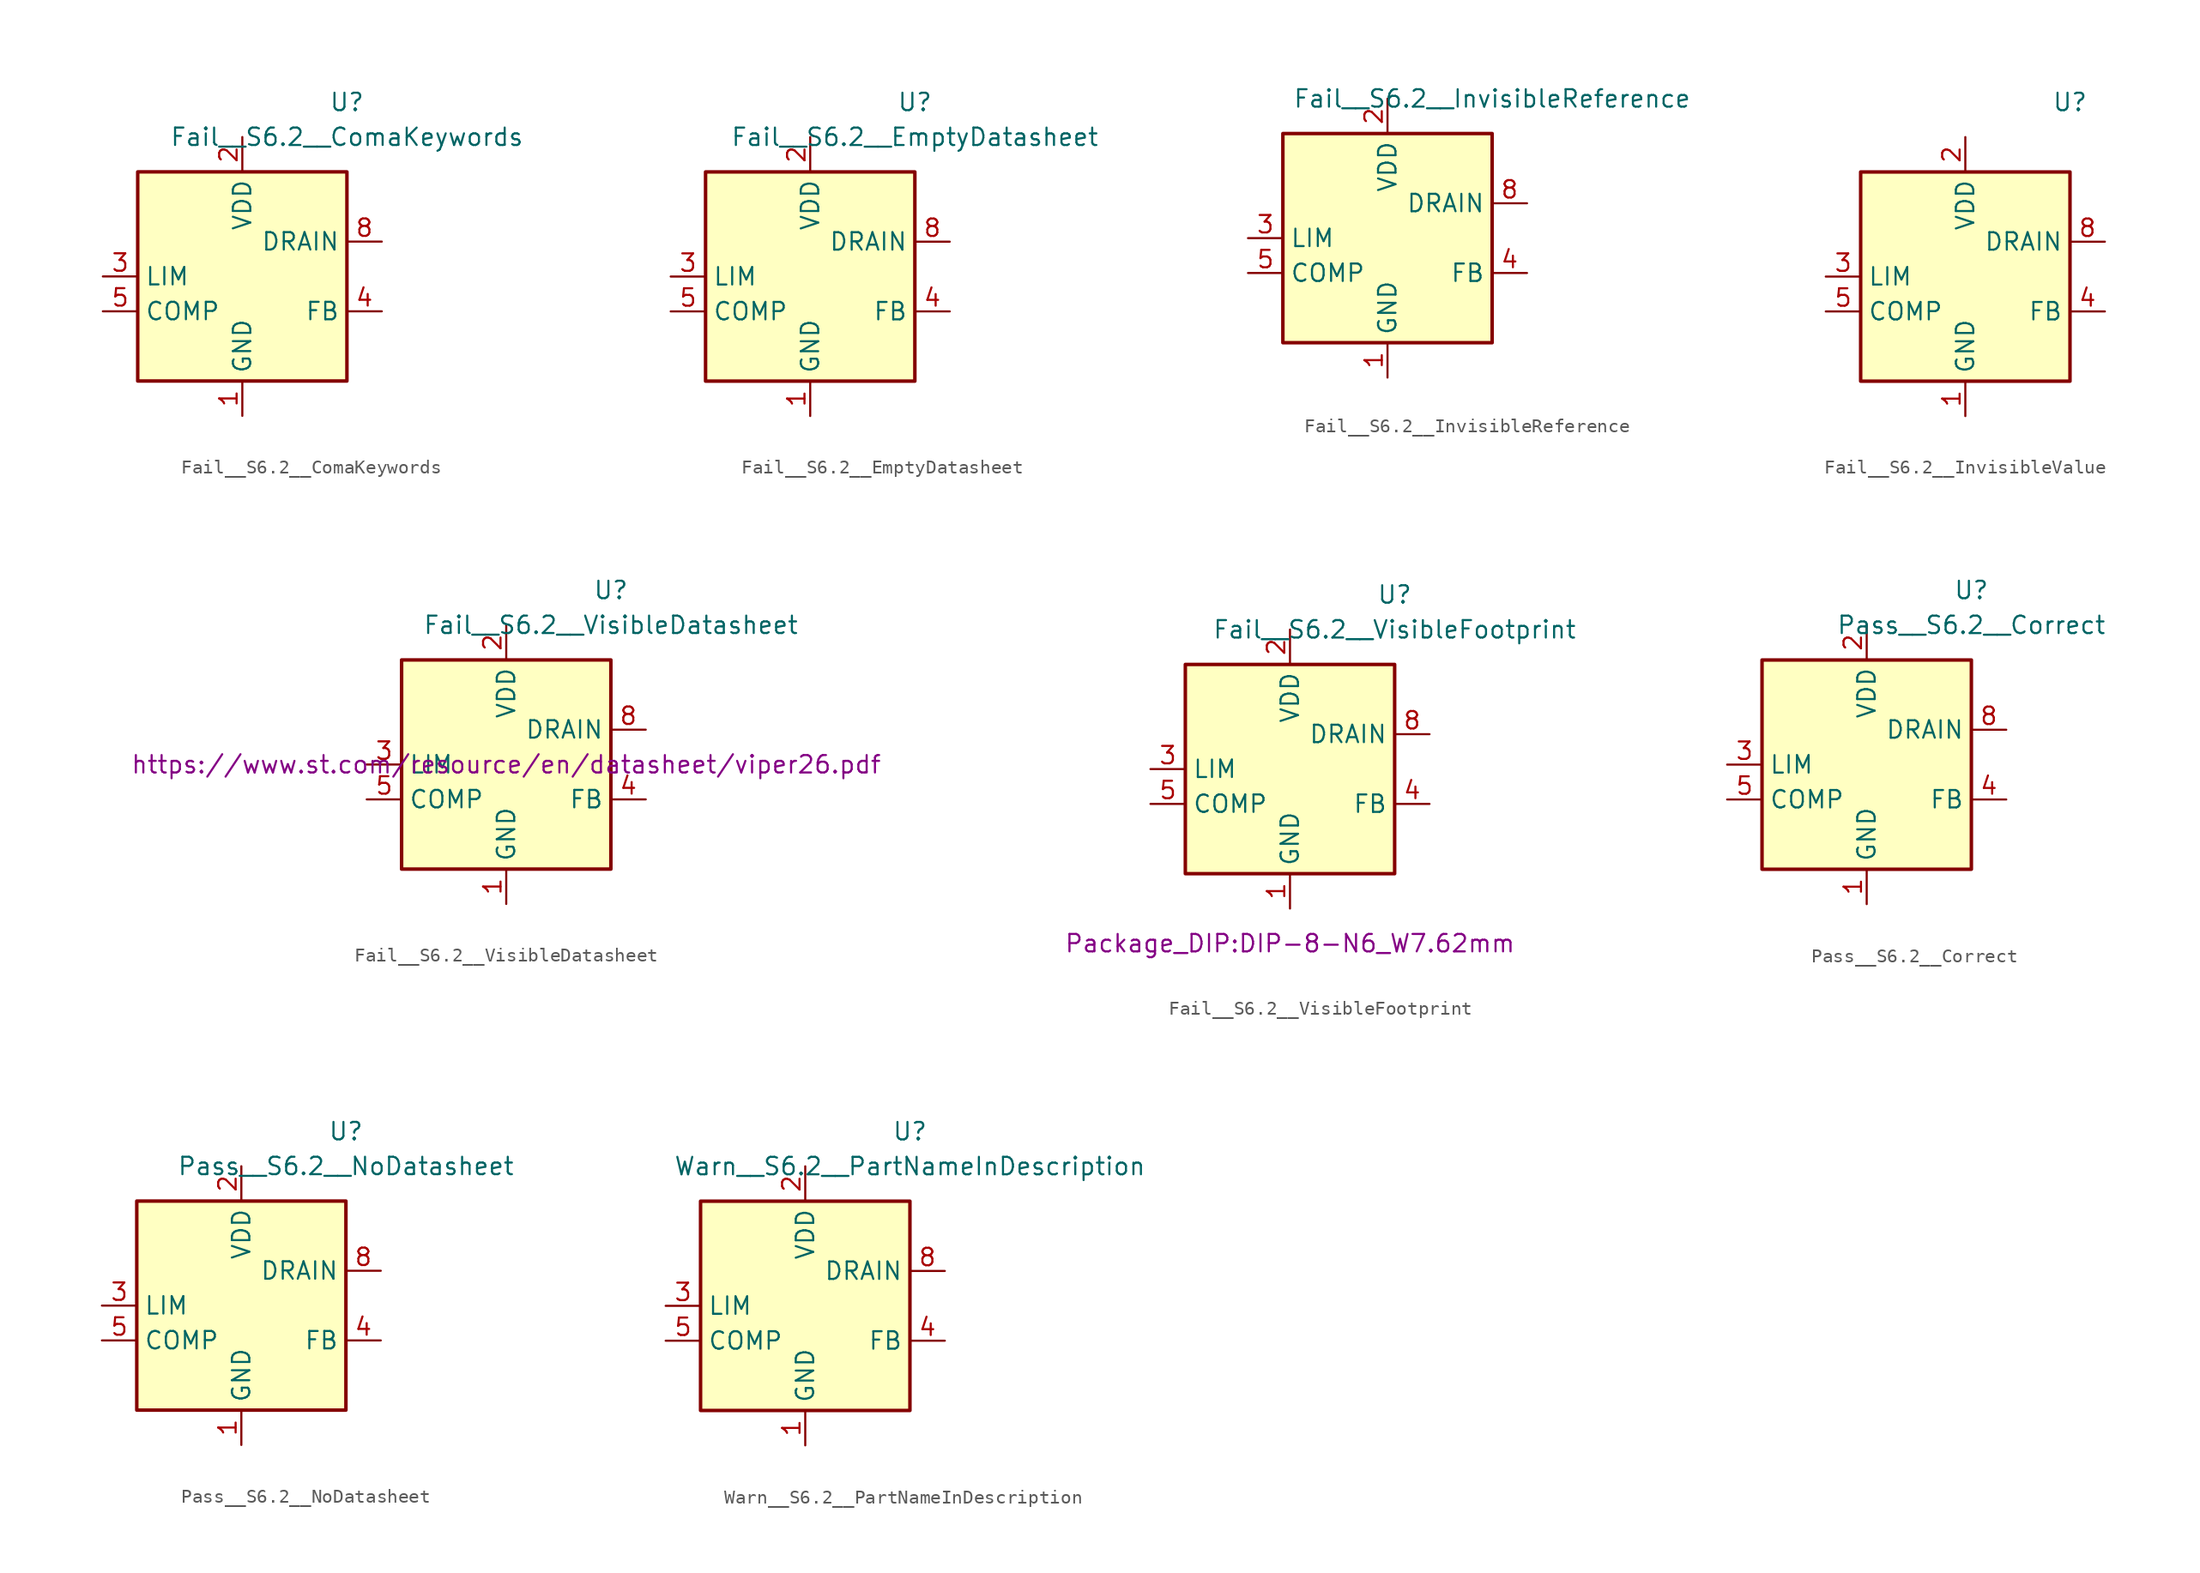
<source format=kicad_sym>
(kicad_symbol_lib
  (version 20220914)
  (generator kicad_symbol_editor)
  (symbol "Fail__S6.2__ComaKeywords"
    (property "Reference" "U"
      (at 7.62 12.7 0)
      (effects (font (size 1.27 1.27))))
    (property "Value" "Fail__S6.2__ComaKeywords"
      (at 7.62 10.16 0)
      (effects (font (size 1.27 1.27))))
    (symbol "Fail__S6.2__ComaKeywords_1_1"
      (rectangle (start -7.62 7.62) (end 7.62 -7.62) (stroke (width 0.254) (type default)) (fill (type background)))
      (pin power_in line (at 0 -10.16 90) (length 2.54) (name "GND" (effects (font (size 1.27 1.27)))) (number "1" (effects (font (size 1.27 1.27)))))
      (pin power_in line (at 0 10.16 270) (length 2.54) (name "VDD" (effects (font (size 1.27 1.27)))) (number "2" (effects (font (size 1.27 1.27)))))
      (pin passive line (at -10.16 0 0) (length 2.54) (name "LIM" (effects (font (size 1.27 1.27)))) (number "3" (effects (font (size 1.27 1.27)))))
      (pin input line (at 10.16 -2.54 180) (length 2.54) (name "FB" (effects (font (size 1.27 1.27)))) (number "4" (effects (font (size 1.27 1.27)))))
      (pin passive line (at -10.16 -2.54 0) (length 2.54) (name "COMP" (effects (font (size 1.27 1.27)))) (number "5" (effects (font (size 1.27 1.27)))))
      (pin passive line (at 10.16 2.54 180) (length 2.54) hide (name "DRAIN" (effects (font (size 1.27 1.27)))) (number "7" (effects (font (size 1.27 1.27)))))
      (pin passive line (at 10.16 2.54 180) (length 2.54) (name "DRAIN" (effects (font (size 1.27 1.27)))) (number "8" (effects (font (size 1.27 1.27)))))))
  (symbol "Fail__S6.2__EmptyDatasheet"
    (property "Reference" "U"
      (at 7.62 12.7 0)
      (effects (font (size 1.27 1.27))))
    (property "Value" "Fail__S6.2__EmptyDatasheet"
      (at 7.62 10.16 0)
      (effects (font (size 1.27 1.27))))
    (symbol "Fail__S6.2__EmptyDatasheet_1_1"
      (rectangle (start -7.62 7.62) (end 7.62 -7.62) (stroke (width 0.254) (type default)) (fill (type background)))
      (pin power_in line (at 0 -10.16 90) (length 2.54) (name "GND" (effects (font (size 1.27 1.27)))) (number "1" (effects (font (size 1.27 1.27)))))
      (pin power_in line (at 0 10.16 270) (length 2.54) (name "VDD" (effects (font (size 1.27 1.27)))) (number "2" (effects (font (size 1.27 1.27)))))
      (pin passive line (at -10.16 0 0) (length 2.54) (name "LIM" (effects (font (size 1.27 1.27)))) (number "3" (effects (font (size 1.27 1.27)))))
      (pin input line (at 10.16 -2.54 180) (length 2.54) (name "FB" (effects (font (size 1.27 1.27)))) (number "4" (effects (font (size 1.27 1.27)))))
      (pin passive line (at -10.16 -2.54 0) (length 2.54) (name "COMP" (effects (font (size 1.27 1.27)))) (number "5" (effects (font (size 1.27 1.27)))))
      (pin passive line (at 10.16 2.54 180) (length 2.54) hide (name "DRAIN" (effects (font (size 1.27 1.27)))) (number "7" (effects (font (size 1.27 1.27)))))
      (pin passive line (at 10.16 2.54 180) (length 2.54) (name "DRAIN" (effects (font (size 1.27 1.27)))) (number "8" (effects (font (size 1.27 1.27)))))))
  (symbol "Fail__S6.2__InvisibleReference"
    (property "Reference" "U"
      (at 7.62 12.7 0)
      (effects (font (size 1.27 1.27)) hide))
    (property "Value" "Fail__S6.2__InvisibleReference"
      (at 7.62 10.16 0)
      (effects (font (size 1.27 1.27))))
    (symbol "Fail__S6.2__InvisibleReference_1_1"
      (rectangle (start -7.62 7.62) (end 7.62 -7.62) (stroke (width 0.254) (type default)) (fill (type background)))
      (pin power_in line (at 0 -10.16 90) (length 2.54) (name "GND" (effects (font (size 1.27 1.27)))) (number "1" (effects (font (size 1.27 1.27)))))
      (pin power_in line (at 0 10.16 270) (length 2.54) (name "VDD" (effects (font (size 1.27 1.27)))) (number "2" (effects (font (size 1.27 1.27)))))
      (pin passive line (at -10.16 0 0) (length 2.54) (name "LIM" (effects (font (size 1.27 1.27)))) (number "3" (effects (font (size 1.27 1.27)))))
      (pin input line (at 10.16 -2.54 180) (length 2.54) (name "FB" (effects (font (size 1.27 1.27)))) (number "4" (effects (font (size 1.27 1.27)))))
      (pin passive line (at -10.16 -2.54 0) (length 2.54) (name "COMP" (effects (font (size 1.27 1.27)))) (number "5" (effects (font (size 1.27 1.27)))))
      (pin passive line (at 10.16 2.54 180) (length 2.54) hide (name "DRAIN" (effects (font (size 1.27 1.27)))) (number "7" (effects (font (size 1.27 1.27)))))
      (pin passive line (at 10.16 2.54 180) (length 2.54) (name "DRAIN" (effects (font (size 1.27 1.27)))) (number "8" (effects (font (size 1.27 1.27)))))))
  (symbol "Fail__S6.2__InvisibleValue"
    (property "Reference" "U"
      (at 7.62 12.7 0)
      (effects (font (size 1.27 1.27))))
    (symbol "Fail__S6.2__InvisibleValue_1_1"
      (rectangle (start -7.62 7.62) (end 7.62 -7.62) (stroke (width 0.254) (type default)) (fill (type background)))
      (pin power_in line (at 0 -10.16 90) (length 2.54) (name "GND" (effects (font (size 1.27 1.27)))) (number "1" (effects (font (size 1.27 1.27)))))
      (pin power_in line (at 0 10.16 270) (length 2.54) (name "VDD" (effects (font (size 1.27 1.27)))) (number "2" (effects (font (size 1.27 1.27)))))
      (pin passive line (at -10.16 0 0) (length 2.54) (name "LIM" (effects (font (size 1.27 1.27)))) (number "3" (effects (font (size 1.27 1.27)))))
      (pin input line (at 10.16 -2.54 180) (length 2.54) (name "FB" (effects (font (size 1.27 1.27)))) (number "4" (effects (font (size 1.27 1.27)))))
      (pin passive line (at -10.16 -2.54 0) (length 2.54) (name "COMP" (effects (font (size 1.27 1.27)))) (number "5" (effects (font (size 1.27 1.27)))))
      (pin passive line (at 10.16 2.54 180) (length 2.54) hide (name "DRAIN" (effects (font (size 1.27 1.27)))) (number "7" (effects (font (size 1.27 1.27)))))
      (pin passive line (at 10.16 2.54 180) (length 2.54) (name "DRAIN" (effects (font (size 1.27 1.27)))) (number "8" (effects (font (size 1.27 1.27)))))))
  (symbol "Fail__S6.2__VisibleDatasheet"
    (property "Reference" "U"
      (at 7.62 12.7 0)
      (effects (font (size 1.27 1.27))))
    (property "Value" "Fail__S6.2__VisibleDatasheet"
      (at 7.62 10.16 0)
      (effects (font (size 1.27 1.27))))
    (property "Datasheet" "https://www.st.com/resource/en/datasheet/viper26.pdf"
      (at 0 0 0)
      (effects (font (size 1.27 1.27))))
    (symbol "Fail__S6.2__VisibleDatasheet_1_1"
      (rectangle (start -7.62 7.62) (end 7.62 -7.62) (stroke (width 0.254) (type default)) (fill (type background)))
      (pin power_in line (at 0 -10.16 90) (length 2.54) (name "GND" (effects (font (size 1.27 1.27)))) (number "1" (effects (font (size 1.27 1.27)))))
      (pin power_in line (at 0 10.16 270) (length 2.54) (name "VDD" (effects (font (size 1.27 1.27)))) (number "2" (effects (font (size 1.27 1.27)))))
      (pin passive line (at -10.16 0 0) (length 2.54) (name "LIM" (effects (font (size 1.27 1.27)))) (number "3" (effects (font (size 1.27 1.27)))))
      (pin input line (at 10.16 -2.54 180) (length 2.54) (name "FB" (effects (font (size 1.27 1.27)))) (number "4" (effects (font (size 1.27 1.27)))))
      (pin passive line (at -10.16 -2.54 0) (length 2.54) (name "COMP" (effects (font (size 1.27 1.27)))) (number "5" (effects (font (size 1.27 1.27)))))
      (pin passive line (at 10.16 2.54 180) (length 2.54) hide (name "DRAIN" (effects (font (size 1.27 1.27)))) (number "7" (effects (font (size 1.27 1.27)))))
      (pin passive line (at 10.16 2.54 180) (length 2.54) (name "DRAIN" (effects (font (size 1.27 1.27)))) (number "8" (effects (font (size 1.27 1.27)))))))
  (symbol "Fail__S6.2__VisibleFootprint"
    (property "Reference" "U"
      (at 7.62 12.7 0)
      (effects (font (size 1.27 1.27))))
    (property "Value" "Fail__S6.2__VisibleFootprint"
      (at 7.62 10.16 0)
      (effects (font (size 1.27 1.27))))
    (property "Footprint" "Package_DIP:DIP-8-N6_W7.62mm"
      (at 0 -12.7 0)
      (effects (font (size 1.27 1.27))))
    (symbol "Fail__S6.2__VisibleFootprint_1_1"
      (rectangle (start -7.62 7.62) (end 7.62 -7.62) (stroke (width 0.254) (type default)) (fill (type background)))
      (pin power_in line (at 0 -10.16 90) (length 2.54) (name "GND" (effects (font (size 1.27 1.27)))) (number "1" (effects (font (size 1.27 1.27)))))
      (pin power_in line (at 0 10.16 270) (length 2.54) (name "VDD" (effects (font (size 1.27 1.27)))) (number "2" (effects (font (size 1.27 1.27)))))
      (pin passive line (at -10.16 0 0) (length 2.54) (name "LIM" (effects (font (size 1.27 1.27)))) (number "3" (effects (font (size 1.27 1.27)))))
      (pin input line (at 10.16 -2.54 180) (length 2.54) (name "FB" (effects (font (size 1.27 1.27)))) (number "4" (effects (font (size 1.27 1.27)))))
      (pin passive line (at -10.16 -2.54 0) (length 2.54) (name "COMP" (effects (font (size 1.27 1.27)))) (number "5" (effects (font (size 1.27 1.27)))))
      (pin passive line (at 10.16 2.54 180) (length 2.54) hide (name "DRAIN" (effects (font (size 1.27 1.27)))) (number "7" (effects (font (size 1.27 1.27)))))
      (pin passive line (at 10.16 2.54 180) (length 2.54) (name "DRAIN" (effects (font (size 1.27 1.27)))) (number "8" (effects (font (size 1.27 1.27)))))))
  (symbol "Pass__S6.2__Correct"
    (property "Reference" "U"
      (at 7.62 12.7 0)
      (effects (font (size 1.27 1.27))))
    (property "Value" "Pass__S6.2__Correct"
      (at 7.62 10.16 0)
      (effects (font (size 1.27 1.27))))
    (symbol "Pass__S6.2__Correct_1_1"
      (rectangle (start -7.62 7.62) (end 7.62 -7.62) (stroke (width 0.254) (type default)) (fill (type background)))
      (pin power_in line (at 0 -10.16 90) (length 2.54) (name "GND" (effects (font (size 1.27 1.27)))) (number "1" (effects (font (size 1.27 1.27)))))
      (pin power_in line (at 0 10.16 270) (length 2.54) (name "VDD" (effects (font (size 1.27 1.27)))) (number "2" (effects (font (size 1.27 1.27)))))
      (pin passive line (at -10.16 0 0) (length 2.54) (name "LIM" (effects (font (size 1.27 1.27)))) (number "3" (effects (font (size 1.27 1.27)))))
      (pin input line (at 10.16 -2.54 180) (length 2.54) (name "FB" (effects (font (size 1.27 1.27)))) (number "4" (effects (font (size 1.27 1.27)))))
      (pin passive line (at -10.16 -2.54 0) (length 2.54) (name "COMP" (effects (font (size 1.27 1.27)))) (number "5" (effects (font (size 1.27 1.27)))))
      (pin passive line (at 10.16 2.54 180) (length 2.54) hide (name "DRAIN" (effects (font (size 1.27 1.27)))) (number "7" (effects (font (size 1.27 1.27)))))
      (pin passive line (at 10.16 2.54 180) (length 2.54) (name "DRAIN" (effects (font (size 1.27 1.27)))) (number "8" (effects (font (size 1.27 1.27)))))))
  (symbol "Pass__S6.2__NoDatasheet"
    (property "Reference" "U"
      (at 7.62 12.7 0)
      (effects (font (size 1.27 1.27))))
    (property "Value" "Pass__S6.2__NoDatasheet"
      (at 7.62 10.16 0)
      (effects (font (size 1.27 1.27))))
    (symbol "Pass__S6.2__NoDatasheet_1_1"
      (rectangle (start -7.62 7.62) (end 7.62 -7.62) (stroke (width 0.254) (type default)) (fill (type background)))
      (pin power_in line (at 0 -10.16 90) (length 2.54) (name "GND" (effects (font (size 1.27 1.27)))) (number "1" (effects (font (size 1.27 1.27)))))
      (pin power_in line (at 0 10.16 270) (length 2.54) (name "VDD" (effects (font (size 1.27 1.27)))) (number "2" (effects (font (size 1.27 1.27)))))
      (pin passive line (at -10.16 0 0) (length 2.54) (name "LIM" (effects (font (size 1.27 1.27)))) (number "3" (effects (font (size 1.27 1.27)))))
      (pin input line (at 10.16 -2.54 180) (length 2.54) (name "FB" (effects (font (size 1.27 1.27)))) (number "4" (effects (font (size 1.27 1.27)))))
      (pin passive line (at -10.16 -2.54 0) (length 2.54) (name "COMP" (effects (font (size 1.27 1.27)))) (number "5" (effects (font (size 1.27 1.27)))))
      (pin passive line (at 10.16 2.54 180) (length 2.54) hide (name "DRAIN" (effects (font (size 1.27 1.27)))) (number "7" (effects (font (size 1.27 1.27)))))
      (pin passive line (at 10.16 2.54 180) (length 2.54) (name "DRAIN" (effects (font (size 1.27 1.27)))) (number "8" (effects (font (size 1.27 1.27)))))))
  (symbol "Warn__S6.2__PartNameInDescription"
    (property "Reference" "U"
      (at 7.62 12.7 0)
      (effects (font (size 1.27 1.27))))
    (property "Value" "Warn__S6.2__PartNameInDescription"
      (at 7.62 10.16 0)
      (effects (font (size 1.27 1.27))))
    (symbol "Warn__S6.2__PartNameInDescription_1_1"
      (rectangle (start -7.62 7.62) (end 7.62 -7.62) (stroke (width 0.254) (type default)) (fill (type background)))
      (pin power_in line (at 0 -10.16 90) (length 2.54) (name "GND" (effects (font (size 1.27 1.27)))) (number "1" (effects (font (size 1.27 1.27)))))
      (pin power_in line (at 0 10.16 270) (length 2.54) (name "VDD" (effects (font (size 1.27 1.27)))) (number "2" (effects (font (size 1.27 1.27)))))
      (pin passive line (at -10.16 0 0) (length 2.54) (name "LIM" (effects (font (size 1.27 1.27)))) (number "3" (effects (font (size 1.27 1.27)))))
      (pin input line (at 10.16 -2.54 180) (length 2.54) (name "FB" (effects (font (size 1.27 1.27)))) (number "4" (effects (font (size 1.27 1.27)))))
      (pin passive line (at -10.16 -2.54 0) (length 2.54) (name "COMP" (effects (font (size 1.27 1.27)))) (number "5" (effects (font (size 1.27 1.27)))))
      (pin passive line (at 10.16 2.54 180) (length 2.54) hide (name "DRAIN" (effects (font (size 1.27 1.27)))) (number "7" (effects (font (size 1.27 1.27)))))
      (pin passive line (at 10.16 2.54 180) (length 2.54) (name "DRAIN" (effects (font (size 1.27 1.27)))) (number "8" (effects (font (size 1.27 1.27))))))))
</source>
